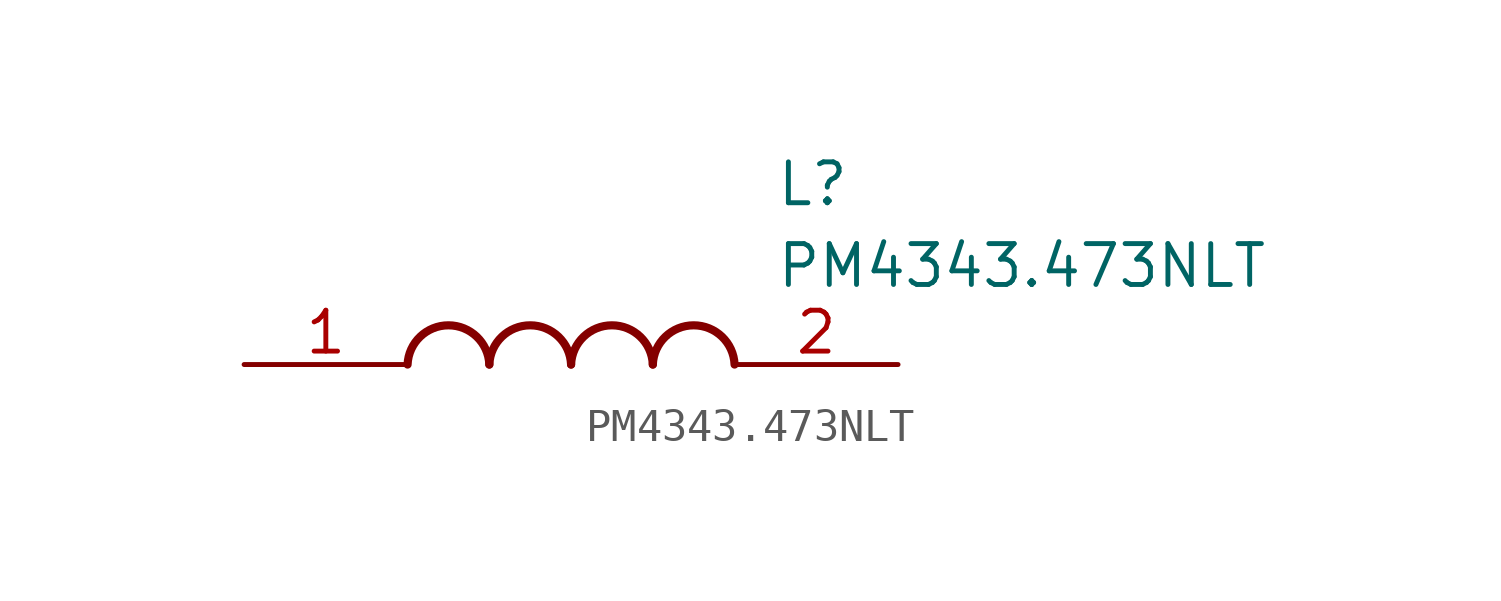
<source format=kicad_sym>
(kicad_symbol_lib
  (version 20211014)
  (generator SamacSys_ECAD_Model)
  (symbol "PM4343.473NLT"
    (pin_names hide)
    (property "Reference" "L"
      (at 16.51 6.35 0)
      (effects (font (size 1.27 1.27)) (justify left top)))
    (property "Value" "PM4343.473NLT"
      (at 16.51 3.81 0)
      (effects (font (size 1.27 1.27)) (justify left top)))
    (arc
      (start 7.62 0)
      (mid 6.35 1.219)
      (end 5.08 0)
      (stroke (width 0.254) (type default))
      (fill (type none)))
    (arc
      (start 10.16 0)
      (mid 8.89 1.219)
      (end 7.62 0)
      (stroke (width 0.254) (type default))
      (fill (type none)))
    (arc
      (start 12.7 0)
      (mid 11.43 1.219)
      (end 10.16 0)
      (stroke (width 0.254) (type default))
      (fill (type none)))
    (arc
      (start 15.24 0)
      (mid 13.97 1.219)
      (end 12.7 0)
      (stroke (width 0.254) (type default))
      (fill (type none)))
    (pin passive line
      (at 0 0 0)
      (length 5.08)
      (name "1" (effects (font (size 1.27 1.27))))
      (number "1" (effects (font (size 1.27 1.27)))))
    (pin passive line
      (at 20.32 0 180)
      (length 5.08)
      (name "2" (effects (font (size 1.27 1.27))))
      (number "2" (effects (font (size 1.27 1.27)))))))
</source>
